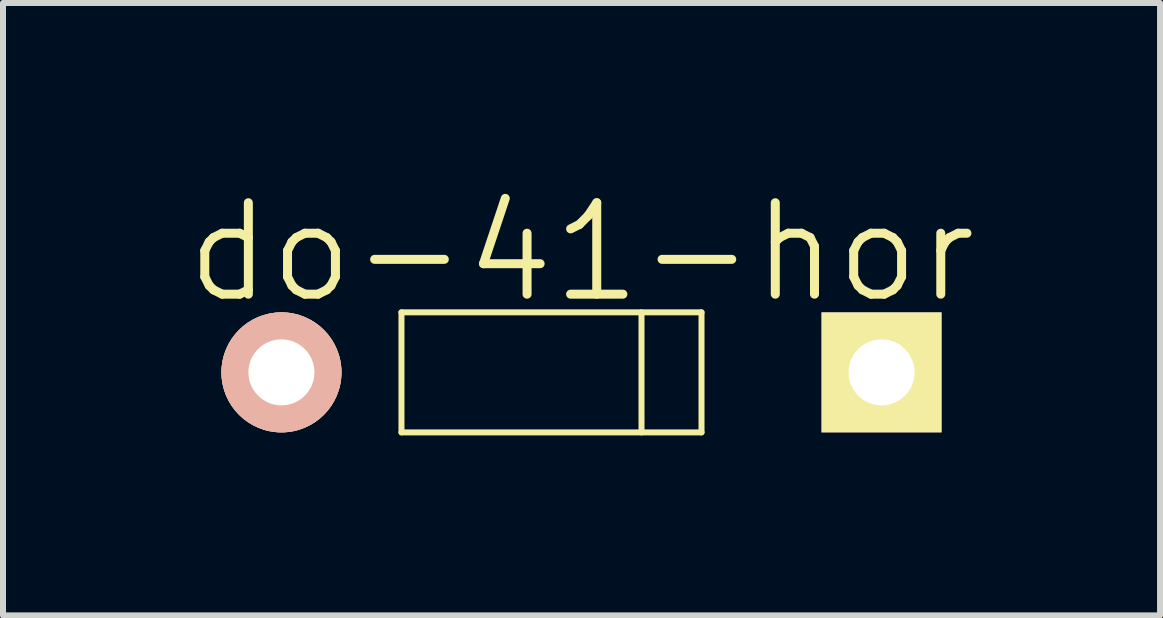
<source format=kicad_pcb>
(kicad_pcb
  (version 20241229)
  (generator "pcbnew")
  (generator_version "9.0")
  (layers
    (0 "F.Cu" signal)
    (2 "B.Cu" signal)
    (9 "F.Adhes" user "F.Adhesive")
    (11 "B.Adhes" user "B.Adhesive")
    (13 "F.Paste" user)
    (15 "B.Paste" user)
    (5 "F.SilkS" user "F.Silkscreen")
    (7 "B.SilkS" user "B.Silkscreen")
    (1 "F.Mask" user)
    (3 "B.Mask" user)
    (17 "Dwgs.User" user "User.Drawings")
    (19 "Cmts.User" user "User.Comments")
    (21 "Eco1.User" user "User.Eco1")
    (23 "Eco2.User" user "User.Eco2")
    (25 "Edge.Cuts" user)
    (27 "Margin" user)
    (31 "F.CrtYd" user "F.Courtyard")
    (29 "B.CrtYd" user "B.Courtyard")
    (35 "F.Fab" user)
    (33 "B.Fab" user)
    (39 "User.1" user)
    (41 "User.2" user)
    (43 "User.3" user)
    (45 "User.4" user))
  (footprint "do-41-hor"
    (layer "F.Cu")
    (at 1.64 3.155)
    (property "Reference" "do-41-hor" (at 5 -2 0) (layer "F.SilkS") (effects (font (size 1.524 1.524) (thickness 0.15))))
    (attr through_hole)
    (fp_line (start 2 -1) (end 7 -1) (stroke (width 0.1) (type solid)) (layer "F.SilkS"))
    (fp_line (start 2 1) (end 2 -1) (stroke (width 0.1) (type solid)) (layer "F.SilkS"))
    (fp_line (start 6 -1) (end 6 1) (stroke (width 0.1) (type solid)) (layer "F.SilkS"))
    (fp_line (start 7 -1) (end 7 1) (stroke (width 0.1) (type solid)) (layer "F.SilkS"))
    (fp_line (start 7 1) (end 2 1) (stroke (width 0.1) (type solid)) (layer "F.SilkS"))
    (pad "1" thru_hole circle (at 0 0) (size 2 2) (drill 1.1) (layers "*.Cu" "*.SilkS" "*.Mask"))
    (pad "2" thru_hole rect (at 10 0) (size 2 2) (drill 1.1) (layers "*.Cu" "*.Mask" "F.SilkS")))
  (gr_rect
    (start -3 -3)
    (end 16.281 7.205)
    (stroke (width 0.1) (type default))
    (fill no)
    (layer "Edge.Cuts")))
</source>
